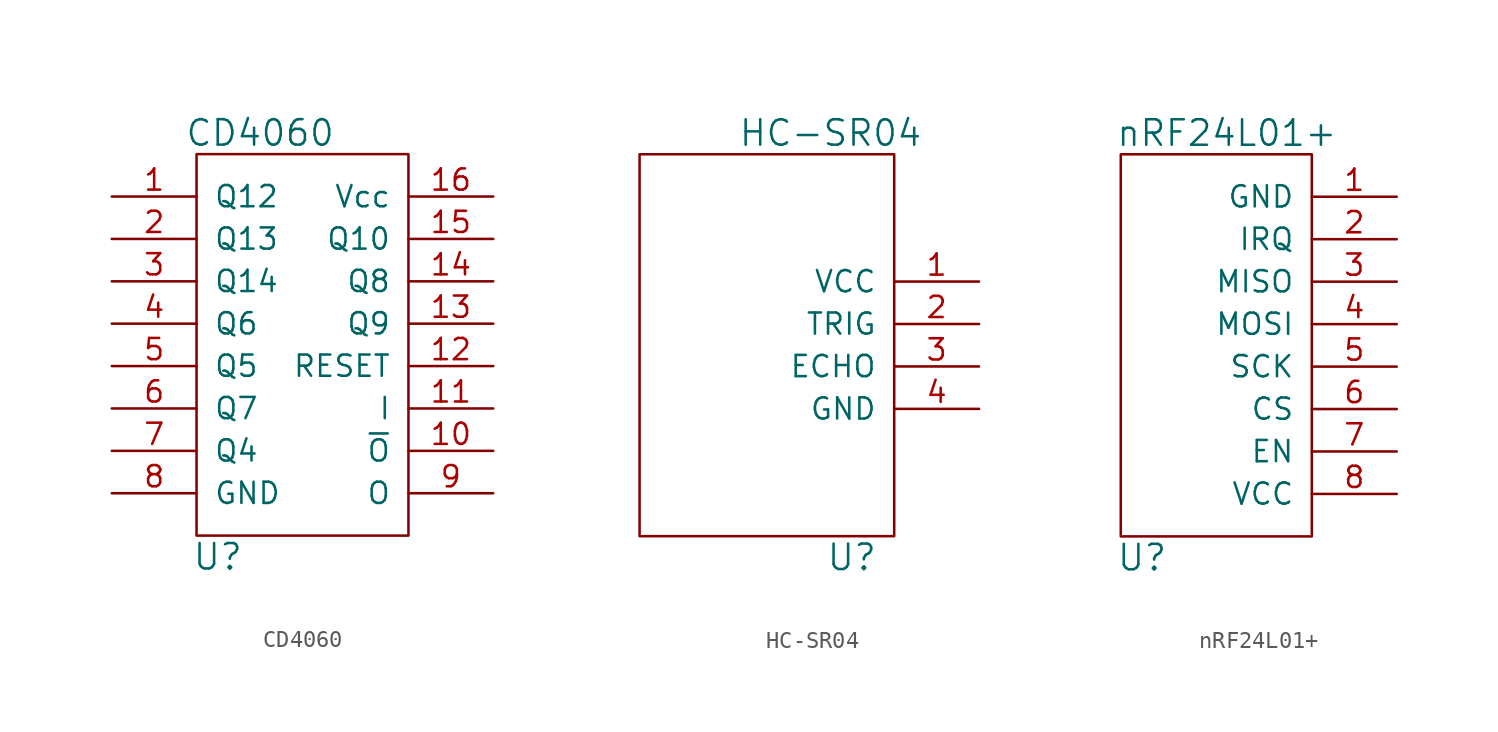
<source format=kicad_sym>
(kicad_symbol_lib
  (version 20211014)
  (generator kicad_symbol_editor)
  (symbol "CD4060"
    (pin_names
      (offset 1.016))
    (property "Reference" "U"
      (at -5.08 -15.24 0)
      (effects (font (size 1.524 1.524))))
    (property "Value" "CD4060"
      (at -2.54 10.16 0)
      (effects (font (size 1.524 1.524))))
    (property "Footprint" ""
      (at 1.27 0 0)
      (effects (font (size 1.524 1.524))))
    (property "Datasheet" ""
      (at 1.27 0 0)
      (effects (font (size 1.524 1.524))))
    (symbol "CD4060_0_1"
      (rectangle (start -6.35 8.89) (end 6.35 -13.97) (stroke (width 0) (type default) (color 0 0 0 0)) (fill (type none))))
    (symbol "CD4060_1_1"
      (pin input line (at -11.43 6.35 0) (length 5.08) (name "Q12" (effects (font (size 1.27 1.27)))) (number "1" (effects (font (size 1.27 1.27)))))
      (pin input line (at 11.43 -8.89 180) (length 5.08) (name "~{O}" (effects (font (size 1.27 1.27)))) (number "10" (effects (font (size 1.27 1.27)))))
      (pin input line (at 11.43 -6.35 180) (length 5.08) (name "I" (effects (font (size 1.27 1.27)))) (number "11" (effects (font (size 1.27 1.27)))))
      (pin input line (at 11.43 -3.81 180) (length 5.08) (name "RESET" (effects (font (size 1.27 1.27)))) (number "12" (effects (font (size 1.27 1.27)))))
      (pin input line (at 11.43 -1.27 180) (length 5.08) (name "Q9" (effects (font (size 1.27 1.27)))) (number "13" (effects (font (size 1.27 1.27)))))
      (pin input line (at 11.43 1.27 180) (length 5.08) (name "Q8" (effects (font (size 1.27 1.27)))) (number "14" (effects (font (size 1.27 1.27)))))
      (pin input line (at 11.43 3.81 180) (length 5.08) (name "Q10" (effects (font (size 1.27 1.27)))) (number "15" (effects (font (size 1.27 1.27)))))
      (pin input line (at 11.43 6.35 180) (length 5.08) (name "Vcc" (effects (font (size 1.27 1.27)))) (number "16" (effects (font (size 1.27 1.27)))))
      (pin input line (at -11.43 3.81 0) (length 5.08) (name "Q13" (effects (font (size 1.27 1.27)))) (number "2" (effects (font (size 1.27 1.27)))))
      (pin input line (at -11.43 1.27 0) (length 5.08) (name "Q14" (effects (font (size 1.27 1.27)))) (number "3" (effects (font (size 1.27 1.27)))))
      (pin input line (at -11.43 -1.27 0) (length 5.08) (name "Q6" (effects (font (size 1.27 1.27)))) (number "4" (effects (font (size 1.27 1.27)))))
      (pin input line (at -11.43 -3.81 0) (length 5.08) (name "Q5" (effects (font (size 1.27 1.27)))) (number "5" (effects (font (size 1.27 1.27)))))
      (pin input line (at -11.43 -6.35 0) (length 5.08) (name "Q7" (effects (font (size 1.27 1.27)))) (number "6" (effects (font (size 1.27 1.27)))))
      (pin input line (at -11.43 -8.89 0) (length 5.08) (name "Q4" (effects (font (size 1.27 1.27)))) (number "7" (effects (font (size 1.27 1.27)))))
      (pin input line (at -11.43 -11.43 0) (length 5.08) (name "GND" (effects (font (size 1.27 1.27)))) (number "8" (effects (font (size 1.27 1.27)))))
      (pin input line (at 11.43 -11.43 180) (length 5.08) (name "O" (effects (font (size 1.27 1.27)))) (number "9" (effects (font (size 1.27 1.27)))))))
  (symbol "HC-SR04"
    (pin_names
      (offset 1.016))
    (property "Reference" "U"
      (at -2.54 -12.7 0)
      (effects (font (size 1.524 1.524))))
    (property "Value" "HC-SR04"
      (at -3.81 12.7 0)
      (effects (font (size 1.524 1.524))))
    (property "Footprint" ""
      (at 0 0 0)
      (effects (font (size 1.524 1.524))))
    (property "Datasheet" ""
      (at 0 0 0)
      (effects (font (size 1.524 1.524))))
    (symbol "HC-SR04_0_1"
      (rectangle (start -15.24 11.43) (end 0 -11.43) (stroke (width 0) (type default) (color 0 0 0 0)) (fill (type none))))
    (symbol "HC-SR04_1_1"
      (pin input line (at 5.08 3.81 180) (length 5.08) (name "VCC" (effects (font (size 1.27 1.27)))) (number "1" (effects (font (size 1.27 1.27)))))
      (pin input line (at 5.08 1.27 180) (length 5.08) (name "TRIG" (effects (font (size 1.27 1.27)))) (number "2" (effects (font (size 1.27 1.27)))))
      (pin input line (at 5.08 -1.27 180) (length 5.08) (name "ECHO" (effects (font (size 1.27 1.27)))) (number "3" (effects (font (size 1.27 1.27)))))
      (pin input line (at 5.08 -3.81 180) (length 5.08) (name "GND" (effects (font (size 1.27 1.27)))) (number "4" (effects (font (size 1.27 1.27)))))))
  (symbol "nRF24L01+"
    (pin_names
      (offset 1.016))
    (property "Reference" "U"
      (at -10.16 -16.51 0)
      (effects (font (size 1.524 1.524))))
    (property "Value" "nRF24L01+"
      (at -5.08 8.89 0)
      (effects (font (size 1.524 1.524))))
    (property "Footprint" ""
      (at 0 0 0)
      (effects (font (size 1.524 1.524))))
    (property "Datasheet" ""
      (at 0 0 0)
      (effects (font (size 1.524 1.524))))
    (symbol "nRF24L01+_0_1"
      (rectangle (start 0 7.62) (end -11.43 -15.24) (stroke (width 0) (type default) (color 0 0 0 0)) (fill (type none))))
    (symbol "nRF24L01+_1_1"
      (pin input line (at 5.08 5.08 180) (length 5.08) (name "GND" (effects (font (size 1.27 1.27)))) (number "1" (effects (font (size 1.27 1.27)))))
      (pin input line (at 5.08 2.54 180) (length 5.08) (name "IRQ" (effects (font (size 1.27 1.27)))) (number "2" (effects (font (size 1.27 1.27)))))
      (pin input line (at 5.08 0 180) (length 5.08) (name "MISO" (effects (font (size 1.27 1.27)))) (number "3" (effects (font (size 1.27 1.27)))))
      (pin input line (at 5.08 -2.54 180) (length 5.08) (name "MOSI" (effects (font (size 1.27 1.27)))) (number "4" (effects (font (size 1.27 1.27)))))
      (pin input line (at 5.08 -5.08 180) (length 5.08) (name "SCK" (effects (font (size 1.27 1.27)))) (number "5" (effects (font (size 1.27 1.27)))))
      (pin input line (at 5.08 -7.62 180) (length 5.08) (name "CS" (effects (font (size 1.27 1.27)))) (number "6" (effects (font (size 1.27 1.27)))))
      (pin input line (at 5.08 -10.16 180) (length 5.08) (name "EN" (effects (font (size 1.27 1.27)))) (number "7" (effects (font (size 1.27 1.27)))))
      (pin input line (at 5.08 -12.7 180) (length 5.08) (name "VCC" (effects (font (size 1.27 1.27)))) (number "8" (effects (font (size 1.27 1.27))))))))
</source>
